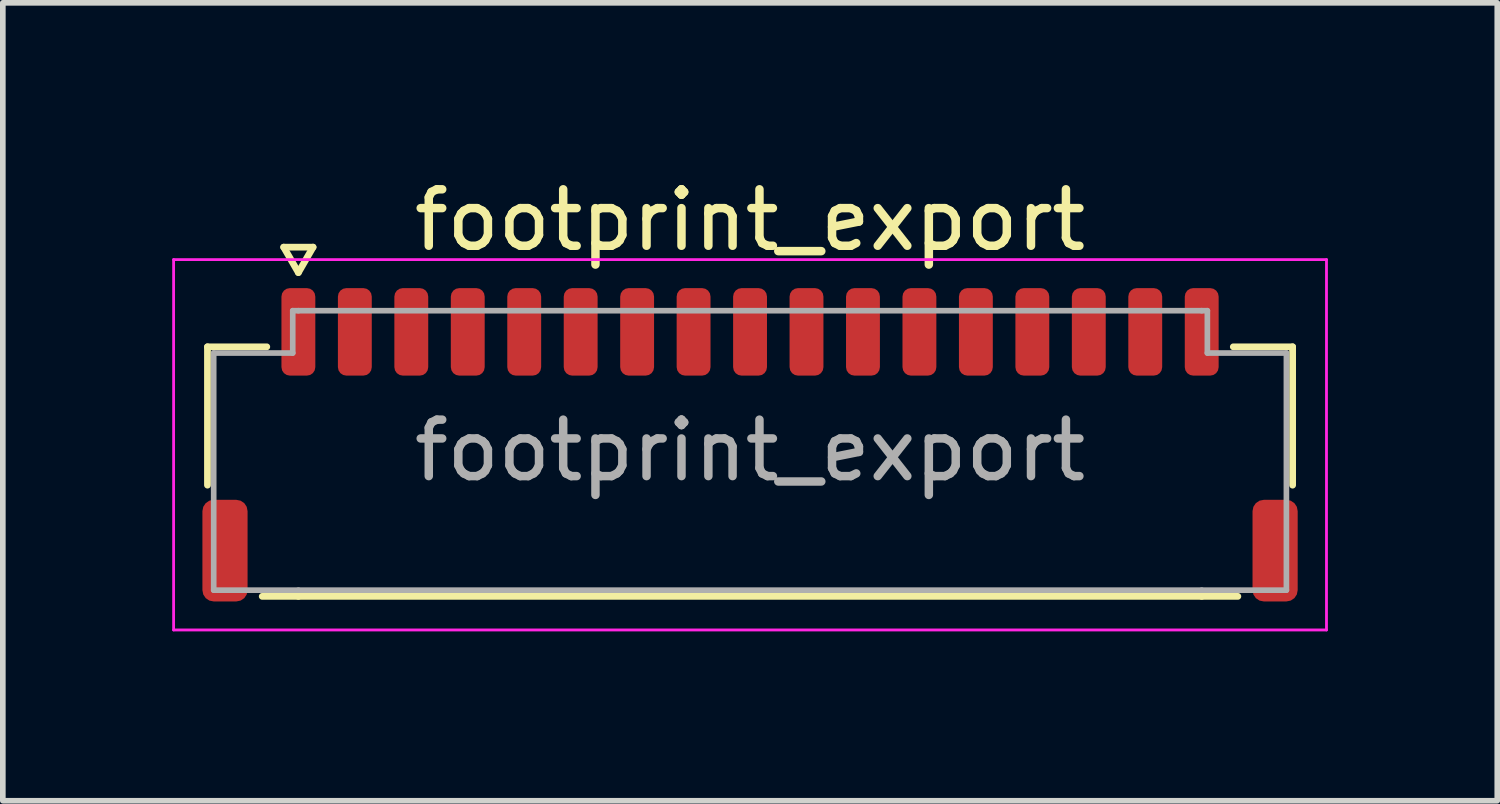
<source format=kicad_pcb>
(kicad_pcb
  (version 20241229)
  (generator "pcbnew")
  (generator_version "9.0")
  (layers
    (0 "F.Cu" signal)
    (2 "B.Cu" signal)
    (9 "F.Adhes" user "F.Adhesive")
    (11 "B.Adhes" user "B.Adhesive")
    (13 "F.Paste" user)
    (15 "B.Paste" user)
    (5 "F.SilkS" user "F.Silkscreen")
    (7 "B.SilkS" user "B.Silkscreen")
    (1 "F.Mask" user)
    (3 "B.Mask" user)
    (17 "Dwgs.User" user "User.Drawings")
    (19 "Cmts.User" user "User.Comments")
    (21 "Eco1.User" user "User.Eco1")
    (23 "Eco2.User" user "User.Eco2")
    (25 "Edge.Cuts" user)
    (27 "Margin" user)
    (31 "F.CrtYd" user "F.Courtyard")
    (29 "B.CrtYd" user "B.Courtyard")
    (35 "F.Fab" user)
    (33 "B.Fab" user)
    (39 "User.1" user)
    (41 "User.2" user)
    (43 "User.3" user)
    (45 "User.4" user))
  (footprint "footprint_export"
    (layer "F.Cu")
    (at 10.235 4.928)
    (property "Reference" "footprint_export" (at 0 -4.08 0) (layer "F.SilkS") (effects (font (size 1 1) (thickness 0.15))))
    (attr smd)
    (fp_line (start -9.61 -1.835) (end -8.56 -1.835) (stroke (width 0.12) (type solid)) (layer "F.SilkS"))
    (fp_line (start -9.61 0.615) (end -9.61 -1.835) (stroke (width 0.12) (type solid)) (layer "F.SilkS"))
    (fp_line (start -8.26 -3.6) (end -8 -3.15) (stroke (width 0.12) (type solid)) (layer "F.SilkS"))
    (fp_line (start -8 -3.15) (end -7.74 -3.6) (stroke (width 0.12) (type solid)) (layer "F.SilkS"))
    (fp_line (start -8 2.585) (end -8.64 2.585) (stroke (width 0.12) (type solid)) (layer "F.SilkS"))
    (fp_line (start -7.74 -3.6) (end -8.26 -3.6) (stroke (width 0.12) (type solid)) (layer "F.SilkS"))
    (fp_line (start 8 2.585) (end -8 2.585) (stroke (width 0.12) (type solid)) (layer "F.SilkS"))
    (fp_line (start 8.56 -1.835) (end 9.61 -1.835) (stroke (width 0.12) (type solid)) (layer "F.SilkS"))
    (fp_line (start 8.64 2.585) (end 8 2.585) (stroke (width 0.12) (type solid)) (layer "F.SilkS"))
    (fp_line (start 9.61 -1.835) (end 9.61 0.615) (stroke (width 0.12) (type solid)) (layer "F.SilkS"))
    (fp_line (start -10.21 -3.38) (end -10.21 3.18) (stroke (width 0.05) (type solid)) (layer "F.CrtYd"))
    (fp_line (start -10.21 3.18) (end 10.21 3.18) (stroke (width 0.05) (type solid)) (layer "F.CrtYd"))
    (fp_line (start 10.21 -3.38) (end -10.21 -3.38) (stroke (width 0.05) (type solid)) (layer "F.CrtYd"))
    (fp_line (start 10.21 3.18) (end 10.21 -3.38) (stroke (width 0.05) (type solid)) (layer "F.CrtYd"))
    (fp_line (start -9.5 -1.725) (end -8.1 -1.725) (stroke (width 0.1) (type solid)) (layer "F.Fab"))
    (fp_line (start -9.5 2.475) (end -9.5 -1.725) (stroke (width 0.1) (type solid)) (layer "F.Fab"))
    (fp_line (start -8.1 -2.475) (end -8 -2.475) (stroke (width 0.1) (type solid)) (layer "F.Fab"))
    (fp_line (start -8.1 -1.725) (end -8.1 -2.475) (stroke (width 0.1) (type solid)) (layer "F.Fab"))
    (fp_line (start -8 -2.475) (end 8 -2.475) (stroke (width 0.1) (type solid)) (layer "F.Fab"))
    (fp_line (start -8 2.475) (end -9.5 2.475) (stroke (width 0.1) (type solid)) (layer "F.Fab"))
    (fp_line (start 8 -2.475) (end 8.1 -2.475) (stroke (width 0.1) (type solid)) (layer "F.Fab"))
    (fp_line (start 8 2.475) (end -8 2.475) (stroke (width 0.1) (type solid)) (layer "F.Fab"))
    (fp_line (start 8.1 -2.475) (end 8.1 -1.725) (stroke (width 0.1) (type solid)) (layer "F.Fab"))
    (fp_line (start 8.1 -1.725) (end 9.5 -1.725) (stroke (width 0.1) (type solid)) (layer "F.Fab"))
    (fp_line (start 9.5 -1.725) (end 9.5 2.475) (stroke (width 0.1) (type solid)) (layer "F.Fab"))
    (fp_line (start 9.5 2.475) (end 8 2.475) (stroke (width 0.1) (type solid)) (layer "F.Fab"))
    (fp_text user "${REFERENCE}" (at 0 0 0) (layer "F.Fab") (effects (font (size 1 1) (thickness 0.15))))
    (pad "1" smd roundrect (at -8 -2.1) (size 0.6 1.55) (layers "F.Cu" "F.Mask" "F.Paste") (roundrect_rratio 0.25))
    (pad "2" smd roundrect (at -7 -2.1) (size 0.6 1.55) (layers "F.Cu" "F.Mask" "F.Paste") (roundrect_rratio 0.25))
    (pad "3" smd roundrect (at -6 -2.1) (size 0.6 1.55) (layers "F.Cu" "F.Mask" "F.Paste") (roundrect_rratio 0.25))
    (pad "4" smd roundrect (at -5 -2.1) (size 0.6 1.55) (layers "F.Cu" "F.Mask" "F.Paste") (roundrect_rratio 0.25))
    (pad "5" smd roundrect (at -4 -2.1) (size 0.6 1.55) (layers "F.Cu" "F.Mask" "F.Paste") (roundrect_rratio 0.25))
    (pad "6" smd roundrect (at -3 -2.1) (size 0.6 1.55) (layers "F.Cu" "F.Mask" "F.Paste") (roundrect_rratio 0.25))
    (pad "7" smd roundrect (at -2 -2.1) (size 0.6 1.55) (layers "F.Cu" "F.Mask" "F.Paste") (roundrect_rratio 0.25))
    (pad "8" smd roundrect (at -1 -2.1) (size 0.6 1.55) (layers "F.Cu" "F.Mask" "F.Paste") (roundrect_rratio 0.25))
    (pad "9" smd roundrect (at 0 -2.1) (size 0.6 1.55) (layers "F.Cu" "F.Mask" "F.Paste") (roundrect_rratio 0.25))
    (pad "10" smd roundrect (at 1 -2.1) (size 0.6 1.55) (layers "F.Cu" "F.Mask" "F.Paste") (roundrect_rratio 0.25))
    (pad "11" smd roundrect (at 2 -2.1) (size 0.6 1.55) (layers "F.Cu" "F.Mask" "F.Paste") (roundrect_rratio 0.25))
    (pad "12" smd roundrect (at 3 -2.1) (size 0.6 1.55) (layers "F.Cu" "F.Mask" "F.Paste") (roundrect_rratio 0.25))
    (pad "13" smd roundrect (at 4 -2.1) (size 0.6 1.55) (layers "F.Cu" "F.Mask" "F.Paste") (roundrect_rratio 0.25))
    (pad "14" smd roundrect (at 5 -2.1) (size 0.6 1.55) (layers "F.Cu" "F.Mask" "F.Paste") (roundrect_rratio 0.25))
    (pad "15" smd roundrect (at 6 -2.1) (size 0.6 1.55) (layers "F.Cu" "F.Mask" "F.Paste") (roundrect_rratio 0.25))
    (pad "16" smd roundrect (at 7 -2.1) (size 0.6 1.55) (layers "F.Cu" "F.Mask" "F.Paste") (roundrect_rratio 0.25))
    (pad "17" smd roundrect (at 8 -2.1) (size 0.6 1.55) (layers "F.Cu" "F.Mask" "F.Paste") (roundrect_rratio 0.25))
    (pad "MP" smd roundrect (at -9.3 1.775) (size 0.8 1.8) (layers "F.Cu" "F.Mask" "F.Paste") (roundrect_rratio 0.25))
    (pad "MP" smd roundrect (at 9.3 1.775) (size 0.8 1.8) (layers "F.Cu" "F.Mask" "F.Paste") (roundrect_rratio 0.25)))
  (gr_rect
    (start -3 -3)
    (end 23.47 11.133)
    (stroke (width 0.1) (type default))
    (fill no)
    (layer "Edge.Cuts")))
</source>
